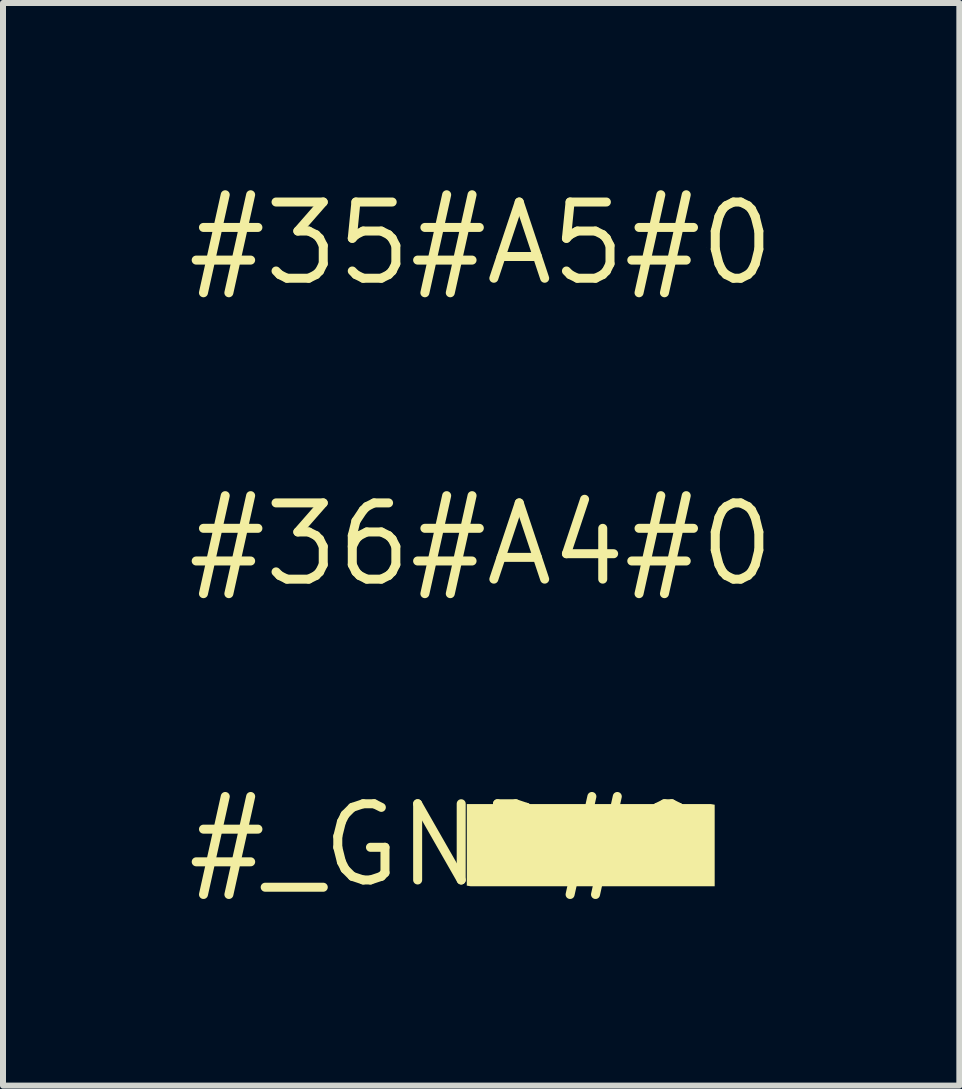
<source format=kicad_pcb>
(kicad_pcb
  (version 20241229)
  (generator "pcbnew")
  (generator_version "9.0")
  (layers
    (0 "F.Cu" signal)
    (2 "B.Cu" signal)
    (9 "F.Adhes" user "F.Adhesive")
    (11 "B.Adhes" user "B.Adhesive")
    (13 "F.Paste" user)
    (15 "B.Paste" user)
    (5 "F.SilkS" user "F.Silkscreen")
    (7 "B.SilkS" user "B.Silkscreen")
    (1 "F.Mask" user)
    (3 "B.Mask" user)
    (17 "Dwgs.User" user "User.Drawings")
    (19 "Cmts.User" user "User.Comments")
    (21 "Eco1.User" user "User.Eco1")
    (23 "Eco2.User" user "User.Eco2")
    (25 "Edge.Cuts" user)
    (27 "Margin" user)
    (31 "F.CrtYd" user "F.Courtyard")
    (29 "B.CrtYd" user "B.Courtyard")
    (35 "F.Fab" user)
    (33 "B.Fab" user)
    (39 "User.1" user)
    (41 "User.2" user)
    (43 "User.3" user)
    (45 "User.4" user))
  (footprint "#_GND#0"
    (layer "F.Cu")
    (at 4.392 11.031)
    (property "Reference" "#_GND#0" (at 0 0 0) (layer "F.SilkS") (effects (font (size 1.27 1.27) (thickness 0.15))))
    (fp_poly (pts (xy 4.4 -0.685) (xy 4.465 -0.674) (xy 4.465 0.685) (xy 0.4 0.685) (xy 0.335 0.674) (xy 0.335 -0.685)) (stroke (width 0) (type default)) (fill yes) (layer "F.SilkS"))
    (fp_poly (pts (xy 3.623 -0.224) (xy 3.674 -0.184) (xy 3.714 -0.133) (xy 3.745 -0.072) (xy 3.755 0) (xy 3.745 0.072) (xy 3.714 0.133) (xy 3.664 0.184) (xy 3.613 0.234) (xy 3.591 0.245) (xy 3.386 0.245) (xy 3.375 0.18) (xy 3.375 -0.223) (xy 3.418 -0.255) (xy 3.561 -0.255)) (stroke (width 0) (type default)) (fill yes) (layer "F.SilkS")))
  (footprint "#36#A4#0"
    (layer "F.Cu")
    (at 4.966 6.019)
    (property "Reference" "#36#A4#0" (at 0 0 0) (layer "F.SilkS") (effects (font (size 1.27 1.27) (thickness 0.15))))
    (fp_poly (pts (xy 1.905 0.248) (xy 1.9 0.25) (xy 1.9 0.245) (xy 1.903 0.245)) (stroke (width 0) (type default)) (fill yes) (layer "F.SilkS")))
  (footprint "#35#A5#0"
    (layer "F.Cu")
    (at 4.966 1.006)
    (property "Reference" "#35#A5#0" (at 0 0 0) (layer "F.SilkS") (effects (font (size 1.27 1.27) (thickness 0.15))))
    (fp_poly (pts (xy 3.752 0.066) (xy 3.75 0.07) (xy 3.75 0.065) (xy 3.751 0.065)) (stroke (width 0) (type default)) (fill yes) (layer "F.SilkS")))
  (gr_rect
    (start -3 -3)
    (end 12.933 15.037)
    (stroke (width 0.1) (type default))
    (fill no)
    (layer "Edge.Cuts")))
</source>
